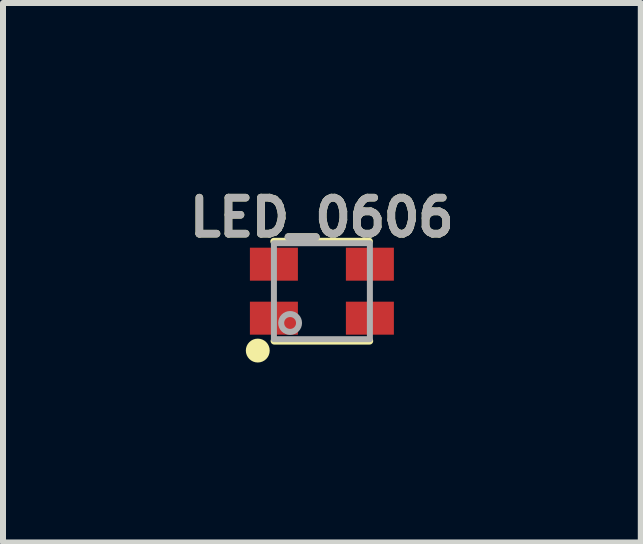
<source format=kicad_pcb>
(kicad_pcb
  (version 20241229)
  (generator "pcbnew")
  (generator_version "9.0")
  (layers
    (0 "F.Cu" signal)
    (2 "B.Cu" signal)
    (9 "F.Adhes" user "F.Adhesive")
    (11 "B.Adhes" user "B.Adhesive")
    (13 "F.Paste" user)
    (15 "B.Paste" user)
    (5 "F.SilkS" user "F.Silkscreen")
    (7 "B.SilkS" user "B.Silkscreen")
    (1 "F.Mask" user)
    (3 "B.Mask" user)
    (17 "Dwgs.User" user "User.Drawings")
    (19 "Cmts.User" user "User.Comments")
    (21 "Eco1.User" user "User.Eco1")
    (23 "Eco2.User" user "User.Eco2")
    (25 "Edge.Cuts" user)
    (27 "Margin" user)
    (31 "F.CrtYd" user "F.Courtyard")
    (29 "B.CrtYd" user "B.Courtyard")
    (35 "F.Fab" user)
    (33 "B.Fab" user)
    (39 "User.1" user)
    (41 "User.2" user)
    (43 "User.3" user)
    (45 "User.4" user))
  (footprint "LED_0606"
    (layer "F.Cu")
    (at 2.316 1.804)
    (property "Reference" "LED_0606" (at 0 -1.23 0) (layer "F.SilkS") (effects (font (size 0.6 0.6) (thickness 0.127))))
    (attr smd)
    (fp_line (start -0.8 -0.83) (end 0.79 -0.83) (stroke (width 0.12) (type solid)) (layer "F.SilkS"))
    (fp_line (start -0.795 0.83) (end 0.795 0.83) (stroke (width 0.12) (type solid)) (layer "F.SilkS"))
    (fp_circle (center -1.069 0.99) (end -0.92 0.99) (stroke (width 0.1) (type solid)) (fill yes) (layer "F.SilkS"))
    (fp_rect (start -0.8 0.8) (end 0.8 -0.8) (stroke (width 0.1) (type solid)) (fill no) (layer "F.Fab"))
    (fp_circle (center -0.53 0.53) (end -0.381 0.53) (stroke (width 0.1) (type solid)) (fill no) (layer "F.Fab"))
    (fp_text user "${REFERENCE}" (at 0 -1.23 0) (layer "F.Fab") (effects (font (size 0.6 0.6) (thickness 0.127))))
    (pad "1" smd rect (at -0.8 0.45) (size 0.8 0.55) (layers "F.Cu" "F.Mask" "F.Paste"))
    (pad "2" smd rect (at -0.8 -0.45) (size 0.8 0.55) (layers "F.Cu" "F.Mask" "F.Paste"))
    (pad "3" smd rect (at 0.8 -0.45) (size 0.8 0.55) (layers "F.Cu" "F.Mask" "F.Paste"))
    (pad "4" smd rect (at 0.8 0.45) (size 0.8 0.55) (layers "F.Cu" "F.Mask" "F.Paste")))
  (gr_rect
    (start -3 -3)
    (end 7.632 5.993)
    (stroke (width 0.1) (type default))
    (fill no)
    (layer "Edge.Cuts")))
</source>
